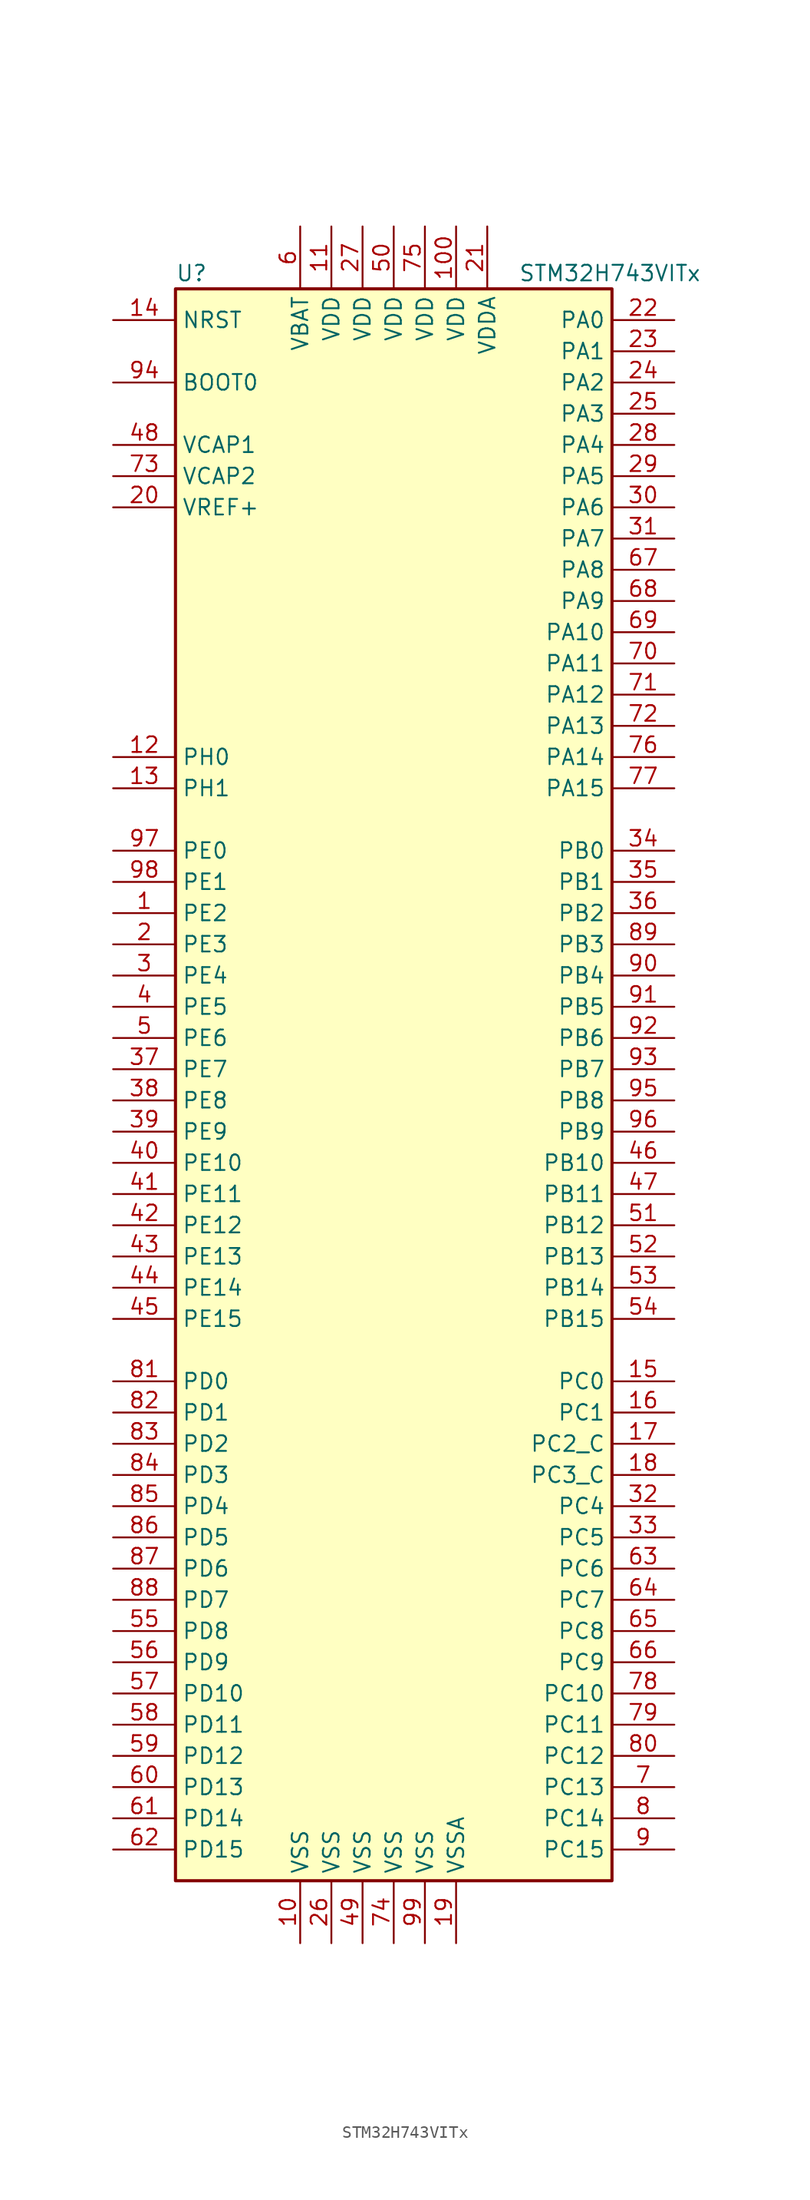
<source format=kicad_sym>
(kicad_symbol_lib
  (version 20211014)
  (generator kicad_symbol_editor)
  (symbol "STM32H743VITx"
    (property "Reference" "U"
      (at -17.78 64.77 0)
      (effects (font (size 1.27 1.27)) (justify left)))
    (property "Value" "STM32H743VITx"
      (at 10.16 64.77 0)
      (effects (font (size 1.27 1.27)) (justify left)))
    (symbol "STM32H743VITx_0_1"
      (rectangle (start -17.78 -66.04) (end 17.78 63.5) (stroke (width 0.254) (type default) (color 0 0 0 0)) (fill (type background))))
    (symbol "STM32H743VITx_1_1"
      (pin bidirectional line (at -22.86 12.7 0) (length 5.08) (name "PE2" (effects (font (size 1.27 1.27)))) (number "1" (effects (font (size 1.27 1.27)))))
      (pin power_in line (at -7.62 -71.12 90) (length 5.08) (name "VSS" (effects (font (size 1.27 1.27)))) (number "10" (effects (font (size 1.27 1.27)))))
      (pin power_in line (at 5.08 68.58 270) (length 5.08) (name "VDD" (effects (font (size 1.27 1.27)))) (number "100" (effects (font (size 1.27 1.27)))))
      (pin power_in line (at -5.08 68.58 270) (length 5.08) (name "VDD" (effects (font (size 1.27 1.27)))) (number "11" (effects (font (size 1.27 1.27)))))
      (pin input line (at -22.86 25.4 0) (length 5.08) (name "PH0" (effects (font (size 1.27 1.27)))) (number "12" (effects (font (size 1.27 1.27)))))
      (pin input line (at -22.86 22.86 0) (length 5.08) (name "PH1" (effects (font (size 1.27 1.27)))) (number "13" (effects (font (size 1.27 1.27)))))
      (pin input line (at -22.86 60.96 0) (length 5.08) (name "NRST" (effects (font (size 1.27 1.27)))) (number "14" (effects (font (size 1.27 1.27)))))
      (pin bidirectional line (at 22.86 -25.4 180) (length 5.08) (name "PC0" (effects (font (size 1.27 1.27)))) (number "15" (effects (font (size 1.27 1.27)))))
      (pin bidirectional line (at 22.86 -27.94 180) (length 5.08) (name "PC1" (effects (font (size 1.27 1.27)))) (number "16" (effects (font (size 1.27 1.27)))))
      (pin bidirectional line (at 22.86 -30.48 180) (length 5.08) (name "PC2_C" (effects (font (size 1.27 1.27)))) (number "17" (effects (font (size 1.27 1.27)))))
      (pin bidirectional line (at 22.86 -33.02 180) (length 5.08) (name "PC3_C" (effects (font (size 1.27 1.27)))) (number "18" (effects (font (size 1.27 1.27)))))
      (pin power_in line (at 5.08 -71.12 90) (length 5.08) (name "VSSA" (effects (font (size 1.27 1.27)))) (number "19" (effects (font (size 1.27 1.27)))))
      (pin bidirectional line (at -22.86 10.16 0) (length 5.08) (name "PE3" (effects (font (size 1.27 1.27)))) (number "2" (effects (font (size 1.27 1.27)))))
      (pin bidirectional line (at -22.86 45.72 0) (length 5.08) (name "VREF+" (effects (font (size 1.27 1.27)))) (number "20" (effects (font (size 1.27 1.27)))))
      (pin power_in line (at 7.62 68.58 270) (length 5.08) (name "VDDA" (effects (font (size 1.27 1.27)))) (number "21" (effects (font (size 1.27 1.27)))))
      (pin bidirectional line (at 22.86 60.96 180) (length 5.08) (name "PA0" (effects (font (size 1.27 1.27)))) (number "22" (effects (font (size 1.27 1.27)))))
      (pin bidirectional line (at 22.86 58.42 180) (length 5.08) (name "PA1" (effects (font (size 1.27 1.27)))) (number "23" (effects (font (size 1.27 1.27)))))
      (pin bidirectional line (at 22.86 55.88 180) (length 5.08) (name "PA2" (effects (font (size 1.27 1.27)))) (number "24" (effects (font (size 1.27 1.27)))))
      (pin bidirectional line (at 22.86 53.34 180) (length 5.08) (name "PA3" (effects (font (size 1.27 1.27)))) (number "25" (effects (font (size 1.27 1.27)))))
      (pin power_in line (at -5.08 -71.12 90) (length 5.08) (name "VSS" (effects (font (size 1.27 1.27)))) (number "26" (effects (font (size 1.27 1.27)))))
      (pin power_in line (at -2.54 68.58 270) (length 5.08) (name "VDD" (effects (font (size 1.27 1.27)))) (number "27" (effects (font (size 1.27 1.27)))))
      (pin bidirectional line (at 22.86 50.8 180) (length 5.08) (name "PA4" (effects (font (size 1.27 1.27)))) (number "28" (effects (font (size 1.27 1.27)))))
      (pin bidirectional line (at 22.86 48.26 180) (length 5.08) (name "PA5" (effects (font (size 1.27 1.27)))) (number "29" (effects (font (size 1.27 1.27)))))
      (pin bidirectional line (at -22.86 7.62 0) (length 5.08) (name "PE4" (effects (font (size 1.27 1.27)))) (number "3" (effects (font (size 1.27 1.27)))))
      (pin bidirectional line (at 22.86 45.72 180) (length 5.08) (name "PA6" (effects (font (size 1.27 1.27)))) (number "30" (effects (font (size 1.27 1.27)))))
      (pin bidirectional line (at 22.86 43.18 180) (length 5.08) (name "PA7" (effects (font (size 1.27 1.27)))) (number "31" (effects (font (size 1.27 1.27)))))
      (pin bidirectional line (at 22.86 -35.56 180) (length 5.08) (name "PC4" (effects (font (size 1.27 1.27)))) (number "32" (effects (font (size 1.27 1.27)))))
      (pin bidirectional line (at 22.86 -38.1 180) (length 5.08) (name "PC5" (effects (font (size 1.27 1.27)))) (number "33" (effects (font (size 1.27 1.27)))))
      (pin bidirectional line (at 22.86 17.78 180) (length 5.08) (name "PB0" (effects (font (size 1.27 1.27)))) (number "34" (effects (font (size 1.27 1.27)))))
      (pin bidirectional line (at 22.86 15.24 180) (length 5.08) (name "PB1" (effects (font (size 1.27 1.27)))) (number "35" (effects (font (size 1.27 1.27)))))
      (pin bidirectional line (at 22.86 12.7 180) (length 5.08) (name "PB2" (effects (font (size 1.27 1.27)))) (number "36" (effects (font (size 1.27 1.27)))))
      (pin bidirectional line (at -22.86 0 0) (length 5.08) (name "PE7" (effects (font (size 1.27 1.27)))) (number "37" (effects (font (size 1.27 1.27)))))
      (pin bidirectional line (at -22.86 -2.54 0) (length 5.08) (name "PE8" (effects (font (size 1.27 1.27)))) (number "38" (effects (font (size 1.27 1.27)))))
      (pin bidirectional line (at -22.86 -5.08 0) (length 5.08) (name "PE9" (effects (font (size 1.27 1.27)))) (number "39" (effects (font (size 1.27 1.27)))))
      (pin bidirectional line (at -22.86 5.08 0) (length 5.08) (name "PE5" (effects (font (size 1.27 1.27)))) (number "4" (effects (font (size 1.27 1.27)))))
      (pin bidirectional line (at -22.86 -7.62 0) (length 5.08) (name "PE10" (effects (font (size 1.27 1.27)))) (number "40" (effects (font (size 1.27 1.27)))))
      (pin bidirectional line (at -22.86 -10.16 0) (length 5.08) (name "PE11" (effects (font (size 1.27 1.27)))) (number "41" (effects (font (size 1.27 1.27)))))
      (pin bidirectional line (at -22.86 -12.7 0) (length 5.08) (name "PE12" (effects (font (size 1.27 1.27)))) (number "42" (effects (font (size 1.27 1.27)))))
      (pin bidirectional line (at -22.86 -15.24 0) (length 5.08) (name "PE13" (effects (font (size 1.27 1.27)))) (number "43" (effects (font (size 1.27 1.27)))))
      (pin bidirectional line (at -22.86 -17.78 0) (length 5.08) (name "PE14" (effects (font (size 1.27 1.27)))) (number "44" (effects (font (size 1.27 1.27)))))
      (pin bidirectional line (at -22.86 -20.32 0) (length 5.08) (name "PE15" (effects (font (size 1.27 1.27)))) (number "45" (effects (font (size 1.27 1.27)))))
      (pin bidirectional line (at 22.86 -7.62 180) (length 5.08) (name "PB10" (effects (font (size 1.27 1.27)))) (number "46" (effects (font (size 1.27 1.27)))))
      (pin bidirectional line (at 22.86 -10.16 180) (length 5.08) (name "PB11" (effects (font (size 1.27 1.27)))) (number "47" (effects (font (size 1.27 1.27)))))
      (pin power_in line (at -22.86 50.8 0) (length 5.08) (name "VCAP1" (effects (font (size 1.27 1.27)))) (number "48" (effects (font (size 1.27 1.27)))))
      (pin power_in line (at -2.54 -71.12 90) (length 5.08) (name "VSS" (effects (font (size 1.27 1.27)))) (number "49" (effects (font (size 1.27 1.27)))))
      (pin bidirectional line (at -22.86 2.54 0) (length 5.08) (name "PE6" (effects (font (size 1.27 1.27)))) (number "5" (effects (font (size 1.27 1.27)))))
      (pin power_in line (at 0 68.58 270) (length 5.08) (name "VDD" (effects (font (size 1.27 1.27)))) (number "50" (effects (font (size 1.27 1.27)))))
      (pin bidirectional line (at 22.86 -12.7 180) (length 5.08) (name "PB12" (effects (font (size 1.27 1.27)))) (number "51" (effects (font (size 1.27 1.27)))))
      (pin bidirectional line (at 22.86 -15.24 180) (length 5.08) (name "PB13" (effects (font (size 1.27 1.27)))) (number "52" (effects (font (size 1.27 1.27)))))
      (pin bidirectional line (at 22.86 -17.78 180) (length 5.08) (name "PB14" (effects (font (size 1.27 1.27)))) (number "53" (effects (font (size 1.27 1.27)))))
      (pin bidirectional line (at 22.86 -20.32 180) (length 5.08) (name "PB15" (effects (font (size 1.27 1.27)))) (number "54" (effects (font (size 1.27 1.27)))))
      (pin bidirectional line (at -22.86 -45.72 0) (length 5.08) (name "PD8" (effects (font (size 1.27 1.27)))) (number "55" (effects (font (size 1.27 1.27)))))
      (pin bidirectional line (at -22.86 -48.26 0) (length 5.08) (name "PD9" (effects (font (size 1.27 1.27)))) (number "56" (effects (font (size 1.27 1.27)))))
      (pin bidirectional line (at -22.86 -50.8 0) (length 5.08) (name "PD10" (effects (font (size 1.27 1.27)))) (number "57" (effects (font (size 1.27 1.27)))))
      (pin bidirectional line (at -22.86 -53.34 0) (length 5.08) (name "PD11" (effects (font (size 1.27 1.27)))) (number "58" (effects (font (size 1.27 1.27)))))
      (pin bidirectional line (at -22.86 -55.88 0) (length 5.08) (name "PD12" (effects (font (size 1.27 1.27)))) (number "59" (effects (font (size 1.27 1.27)))))
      (pin power_in line (at -7.62 68.58 270) (length 5.08) (name "VBAT" (effects (font (size 1.27 1.27)))) (number "6" (effects (font (size 1.27 1.27)))))
      (pin bidirectional line (at -22.86 -58.42 0) (length 5.08) (name "PD13" (effects (font (size 1.27 1.27)))) (number "60" (effects (font (size 1.27 1.27)))))
      (pin bidirectional line (at -22.86 -60.96 0) (length 5.08) (name "PD14" (effects (font (size 1.27 1.27)))) (number "61" (effects (font (size 1.27 1.27)))))
      (pin bidirectional line (at -22.86 -63.5 0) (length 5.08) (name "PD15" (effects (font (size 1.27 1.27)))) (number "62" (effects (font (size 1.27 1.27)))))
      (pin bidirectional line (at 22.86 -40.64 180) (length 5.08) (name "PC6" (effects (font (size 1.27 1.27)))) (number "63" (effects (font (size 1.27 1.27)))))
      (pin bidirectional line (at 22.86 -43.18 180) (length 5.08) (name "PC7" (effects (font (size 1.27 1.27)))) (number "64" (effects (font (size 1.27 1.27)))))
      (pin bidirectional line (at 22.86 -45.72 180) (length 5.08) (name "PC8" (effects (font (size 1.27 1.27)))) (number "65" (effects (font (size 1.27 1.27)))))
      (pin bidirectional line (at 22.86 -48.26 180) (length 5.08) (name "PC9" (effects (font (size 1.27 1.27)))) (number "66" (effects (font (size 1.27 1.27)))))
      (pin bidirectional line (at 22.86 40.64 180) (length 5.08) (name "PA8" (effects (font (size 1.27 1.27)))) (number "67" (effects (font (size 1.27 1.27)))))
      (pin bidirectional line (at 22.86 38.1 180) (length 5.08) (name "PA9" (effects (font (size 1.27 1.27)))) (number "68" (effects (font (size 1.27 1.27)))))
      (pin bidirectional line (at 22.86 35.56 180) (length 5.08) (name "PA10" (effects (font (size 1.27 1.27)))) (number "69" (effects (font (size 1.27 1.27)))))
      (pin bidirectional line (at 22.86 -58.42 180) (length 5.08) (name "PC13" (effects (font (size 1.27 1.27)))) (number "7" (effects (font (size 1.27 1.27)))))
      (pin bidirectional line (at 22.86 33.02 180) (length 5.08) (name "PA11" (effects (font (size 1.27 1.27)))) (number "70" (effects (font (size 1.27 1.27)))))
      (pin bidirectional line (at 22.86 30.48 180) (length 5.08) (name "PA12" (effects (font (size 1.27 1.27)))) (number "71" (effects (font (size 1.27 1.27)))))
      (pin bidirectional line (at 22.86 27.94 180) (length 5.08) (name "PA13" (effects (font (size 1.27 1.27)))) (number "72" (effects (font (size 1.27 1.27)))))
      (pin power_in line (at -22.86 48.26 0) (length 5.08) (name "VCAP2" (effects (font (size 1.27 1.27)))) (number "73" (effects (font (size 1.27 1.27)))))
      (pin power_in line (at 0 -71.12 90) (length 5.08) (name "VSS" (effects (font (size 1.27 1.27)))) (number "74" (effects (font (size 1.27 1.27)))))
      (pin power_in line (at 2.54 68.58 270) (length 5.08) (name "VDD" (effects (font (size 1.27 1.27)))) (number "75" (effects (font (size 1.27 1.27)))))
      (pin bidirectional line (at 22.86 25.4 180) (length 5.08) (name "PA14" (effects (font (size 1.27 1.27)))) (number "76" (effects (font (size 1.27 1.27)))))
      (pin bidirectional line (at 22.86 22.86 180) (length 5.08) (name "PA15" (effects (font (size 1.27 1.27)))) (number "77" (effects (font (size 1.27 1.27)))))
      (pin bidirectional line (at 22.86 -50.8 180) (length 5.08) (name "PC10" (effects (font (size 1.27 1.27)))) (number "78" (effects (font (size 1.27 1.27)))))
      (pin bidirectional line (at 22.86 -53.34 180) (length 5.08) (name "PC11" (effects (font (size 1.27 1.27)))) (number "79" (effects (font (size 1.27 1.27)))))
      (pin bidirectional line (at 22.86 -60.96 180) (length 5.08) (name "PC14" (effects (font (size 1.27 1.27)))) (number "8" (effects (font (size 1.27 1.27)))))
      (pin bidirectional line (at 22.86 -55.88 180) (length 5.08) (name "PC12" (effects (font (size 1.27 1.27)))) (number "80" (effects (font (size 1.27 1.27)))))
      (pin bidirectional line (at -22.86 -25.4 0) (length 5.08) (name "PD0" (effects (font (size 1.27 1.27)))) (number "81" (effects (font (size 1.27 1.27)))))
      (pin bidirectional line (at -22.86 -27.94 0) (length 5.08) (name "PD1" (effects (font (size 1.27 1.27)))) (number "82" (effects (font (size 1.27 1.27)))))
      (pin bidirectional line (at -22.86 -30.48 0) (length 5.08) (name "PD2" (effects (font (size 1.27 1.27)))) (number "83" (effects (font (size 1.27 1.27)))))
      (pin bidirectional line (at -22.86 -33.02 0) (length 5.08) (name "PD3" (effects (font (size 1.27 1.27)))) (number "84" (effects (font (size 1.27 1.27)))))
      (pin bidirectional line (at -22.86 -35.56 0) (length 5.08) (name "PD4" (effects (font (size 1.27 1.27)))) (number "85" (effects (font (size 1.27 1.27)))))
      (pin bidirectional line (at -22.86 -38.1 0) (length 5.08) (name "PD5" (effects (font (size 1.27 1.27)))) (number "86" (effects (font (size 1.27 1.27)))))
      (pin bidirectional line (at -22.86 -40.64 0) (length 5.08) (name "PD6" (effects (font (size 1.27 1.27)))) (number "87" (effects (font (size 1.27 1.27)))))
      (pin bidirectional line (at -22.86 -43.18 0) (length 5.08) (name "PD7" (effects (font (size 1.27 1.27)))) (number "88" (effects (font (size 1.27 1.27)))))
      (pin bidirectional line (at 22.86 10.16 180) (length 5.08) (name "PB3" (effects (font (size 1.27 1.27)))) (number "89" (effects (font (size 1.27 1.27)))))
      (pin bidirectional line (at 22.86 -63.5 180) (length 5.08) (name "PC15" (effects (font (size 1.27 1.27)))) (number "9" (effects (font (size 1.27 1.27)))))
      (pin bidirectional line (at 22.86 7.62 180) (length 5.08) (name "PB4" (effects (font (size 1.27 1.27)))) (number "90" (effects (font (size 1.27 1.27)))))
      (pin bidirectional line (at 22.86 5.08 180) (length 5.08) (name "PB5" (effects (font (size 1.27 1.27)))) (number "91" (effects (font (size 1.27 1.27)))))
      (pin bidirectional line (at 22.86 2.54 180) (length 5.08) (name "PB6" (effects (font (size 1.27 1.27)))) (number "92" (effects (font (size 1.27 1.27)))))
      (pin bidirectional line (at 22.86 0 180) (length 5.08) (name "PB7" (effects (font (size 1.27 1.27)))) (number "93" (effects (font (size 1.27 1.27)))))
      (pin input line (at -22.86 55.88 0) (length 5.08) (name "BOOT0" (effects (font (size 1.27 1.27)))) (number "94" (effects (font (size 1.27 1.27)))))
      (pin bidirectional line (at 22.86 -2.54 180) (length 5.08) (name "PB8" (effects (font (size 1.27 1.27)))) (number "95" (effects (font (size 1.27 1.27)))))
      (pin bidirectional line (at 22.86 -5.08 180) (length 5.08) (name "PB9" (effects (font (size 1.27 1.27)))) (number "96" (effects (font (size 1.27 1.27)))))
      (pin bidirectional line (at -22.86 17.78 0) (length 5.08) (name "PE0" (effects (font (size 1.27 1.27)))) (number "97" (effects (font (size 1.27 1.27)))))
      (pin bidirectional line (at -22.86 15.24 0) (length 5.08) (name "PE1" (effects (font (size 1.27 1.27)))) (number "98" (effects (font (size 1.27 1.27)))))
      (pin power_in line (at 2.54 -71.12 90) (length 5.08) (name "VSS" (effects (font (size 1.27 1.27)))) (number "99" (effects (font (size 1.27 1.27))))))))
</source>
